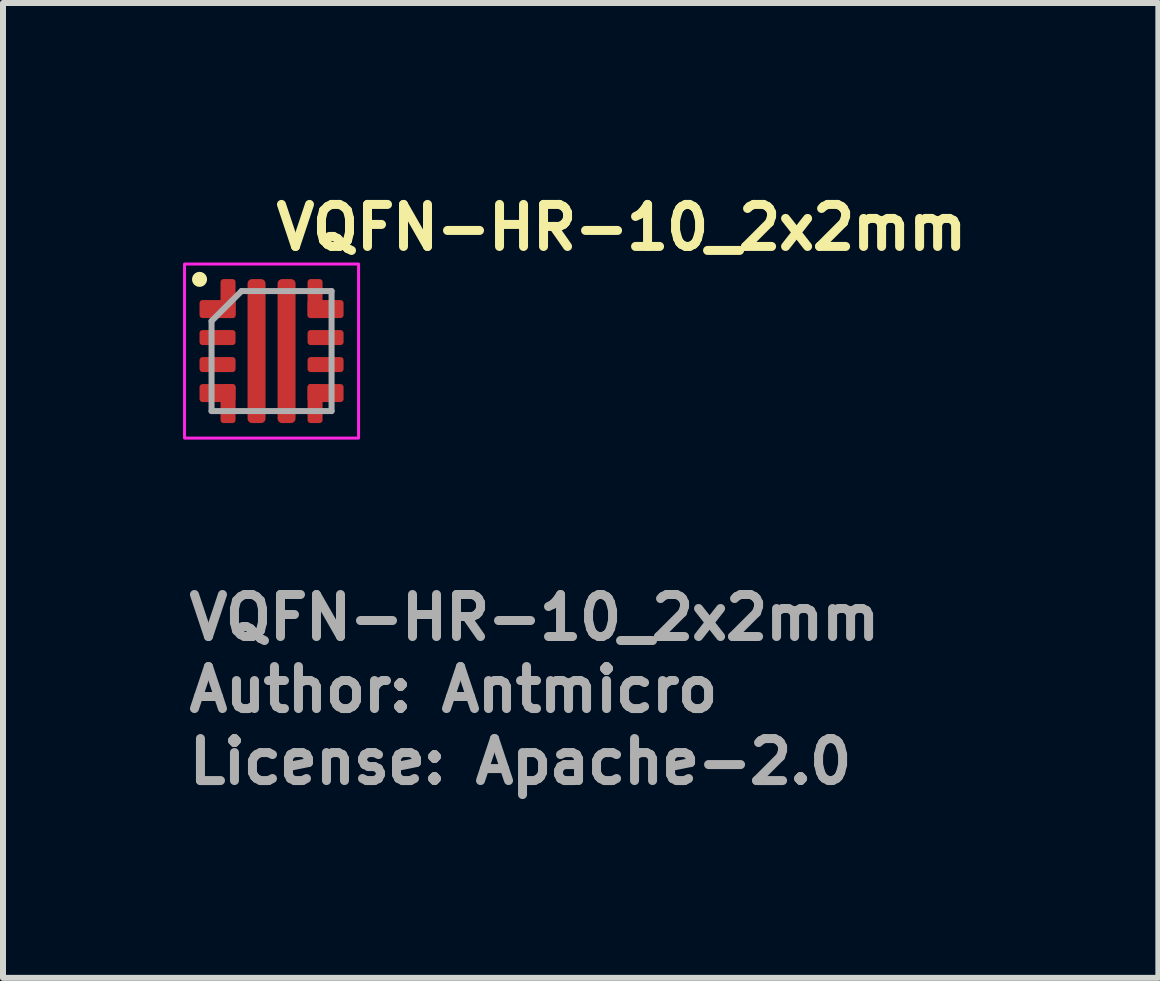
<source format=kicad_pcb>
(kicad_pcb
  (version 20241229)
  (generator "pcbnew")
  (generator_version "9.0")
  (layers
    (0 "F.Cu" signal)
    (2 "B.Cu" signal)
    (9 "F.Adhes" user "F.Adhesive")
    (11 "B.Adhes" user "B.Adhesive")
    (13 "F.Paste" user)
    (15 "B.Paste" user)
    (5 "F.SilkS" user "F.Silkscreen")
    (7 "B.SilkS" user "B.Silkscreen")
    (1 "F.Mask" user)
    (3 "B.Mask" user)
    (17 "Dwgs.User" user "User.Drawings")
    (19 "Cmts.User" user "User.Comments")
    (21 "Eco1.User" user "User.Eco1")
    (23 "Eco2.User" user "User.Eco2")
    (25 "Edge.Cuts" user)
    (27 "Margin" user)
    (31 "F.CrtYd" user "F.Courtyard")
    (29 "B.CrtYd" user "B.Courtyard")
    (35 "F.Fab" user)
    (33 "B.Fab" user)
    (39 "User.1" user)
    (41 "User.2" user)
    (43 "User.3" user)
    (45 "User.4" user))
  (footprint "VQFN-HR-10_2x2mm"
    (layer "F.Cu")
    (at 1.475 2.8)
    (property "Reference" "VQFN-HR-10_2x2mm" (at 0 -1.65 0) (layer "F.SilkS") (effects (font (size 0.7 0.7) (thickness 0.15)) (justify left bottom)))
    (attr smd)
    (fp_circle (center -1.2 -1.195) (end -1.15 -1.195) (stroke (width 0.15) (type solid)) (fill yes) (layer "F.SilkS"))
    (fp_rect (start -1.45 -1.45) (end 1.45 1.45) (stroke (width 0.05) (type default)) (fill no) (layer "F.CrtYd"))
    (fp_line (start -1 1) (end -1 -0.5) (stroke (width 0.1) (type default)) (layer "F.Fab"))
    (fp_line (start -0.5 -1) (end -1 -0.5) (stroke (width 0.1) (type default)) (layer "F.Fab"))
    (fp_line (start -0.5 -1) (end 1 -1) (stroke (width 0.1) (type default)) (layer "F.Fab"))
    (fp_line (start 1 -1) (end 1 1) (stroke (width 0.1) (type default)) (layer "F.Fab"))
    (fp_line (start 1 1) (end -1 1) (stroke (width 0.1) (type default)) (layer "F.Fab"))
    (fp_line (start -1.05 -1.05) (end -1.05 1.05) (stroke (width 0.01) (type solid)) (layer "User.9"))
    (fp_line (start -1.05 1.05) (end 1.05 1.05) (stroke (width 0.01) (type solid)) (layer "User.9"))
    (fp_line (start -0.95 -0.75) (end -0.946 -0.789) (stroke (width 0.01) (type solid)) (layer "User.9"))
    (fp_line (start -0.95 -0.75) (end -0.946 -0.789) (stroke (width 0.01) (type solid)) (layer "User.9"))
    (fp_line (start -0.946 -0.789) (end -0.935 -0.827) (stroke (width 0.01) (type solid)) (layer "User.9"))
    (fp_line (start -0.946 -0.789) (end -0.935 -0.827) (stroke (width 0.01) (type solid)) (layer "User.9"))
    (fp_line (start -0.946 -0.711) (end -0.95 -0.75) (stroke (width 0.01) (type solid)) (layer "User.9"))
    (fp_line (start -0.946 -0.711) (end -0.95 -0.75) (stroke (width 0.01) (type solid)) (layer "User.9"))
    (fp_line (start -0.935 -0.827) (end -0.916 -0.86) (stroke (width 0.01) (type solid)) (layer "User.9"))
    (fp_line (start -0.935 -0.827) (end -0.916 -0.86) (stroke (width 0.01) (type solid)) (layer "User.9"))
    (fp_line (start -0.935 -0.673) (end -0.946 -0.711) (stroke (width 0.01) (type solid)) (layer "User.9"))
    (fp_line (start -0.935 -0.673) (end -0.946 -0.711) (stroke (width 0.01) (type solid)) (layer "User.9"))
    (fp_line (start -0.916 -0.86) (end -0.891 -0.89) (stroke (width 0.01) (type solid)) (layer "User.9"))
    (fp_line (start -0.916 -0.86) (end -0.891 -0.89) (stroke (width 0.01) (type solid)) (layer "User.9"))
    (fp_line (start -0.916 -0.639) (end -0.935 -0.673) (stroke (width 0.01) (type solid)) (layer "User.9"))
    (fp_line (start -0.916 -0.639) (end -0.935 -0.673) (stroke (width 0.01) (type solid)) (layer "User.9"))
    (fp_line (start -0.891 -0.89) (end -0.861 -0.915) (stroke (width 0.01) (type solid)) (layer "User.9"))
    (fp_line (start -0.891 -0.89) (end -0.861 -0.915) (stroke (width 0.01) (type solid)) (layer "User.9"))
    (fp_line (start -0.891 -0.609) (end -0.916 -0.639) (stroke (width 0.01) (type solid)) (layer "User.9"))
    (fp_line (start -0.891 -0.609) (end -0.916 -0.639) (stroke (width 0.01) (type solid)) (layer "User.9"))
    (fp_line (start -0.861 -0.915) (end -0.827 -0.934) (stroke (width 0.01) (type solid)) (layer "User.9"))
    (fp_line (start -0.861 -0.915) (end -0.827 -0.934) (stroke (width 0.01) (type solid)) (layer "User.9"))
    (fp_line (start -0.861 -0.584) (end -0.891 -0.609) (stroke (width 0.01) (type solid)) (layer "User.9"))
    (fp_line (start -0.861 -0.584) (end -0.891 -0.609) (stroke (width 0.01) (type solid)) (layer "User.9"))
    (fp_line (start -0.827 -0.934) (end -0.789 -0.945) (stroke (width 0.01) (type solid)) (layer "User.9"))
    (fp_line (start -0.827 -0.934) (end -0.789 -0.945) (stroke (width 0.01) (type solid)) (layer "User.9"))
    (fp_line (start -0.827 -0.565) (end -0.861 -0.584) (stroke (width 0.01) (type solid)) (layer "User.9"))
    (fp_line (start -0.827 -0.565) (end -0.861 -0.584) (stroke (width 0.01) (type solid)) (layer "User.9"))
    (fp_line (start -0.789 -0.945) (end -0.75 -0.95) (stroke (width 0.01) (type solid)) (layer "User.9"))
    (fp_line (start -0.789 -0.945) (end -0.75 -0.95) (stroke (width 0.01) (type solid)) (layer "User.9"))
    (fp_line (start -0.789 -0.554) (end -0.827 -0.565) (stroke (width 0.01) (type solid)) (layer "User.9"))
    (fp_line (start -0.789 -0.554) (end -0.827 -0.565) (stroke (width 0.01) (type solid)) (layer "User.9"))
    (fp_line (start -0.75 -0.95) (end -0.711 -0.946) (stroke (width 0.01) (type solid)) (layer "User.9"))
    (fp_line (start -0.75 -0.95) (end -0.711 -0.946) (stroke (width 0.01) (type solid)) (layer "User.9"))
    (fp_line (start -0.75 -0.55) (end -0.789 -0.554) (stroke (width 0.01) (type solid)) (layer "User.9"))
    (fp_line (start -0.75 -0.55) (end -0.789 -0.554) (stroke (width 0.01) (type solid)) (layer "User.9"))
    (fp_line (start -0.711 -0.946) (end -0.673 -0.935) (stroke (width 0.01) (type solid)) (layer "User.9"))
    (fp_line (start -0.711 -0.946) (end -0.673 -0.935) (stroke (width 0.01) (type solid)) (layer "User.9"))
    (fp_line (start -0.711 -0.554) (end -0.75 -0.55) (stroke (width 0.01) (type solid)) (layer "User.9"))
    (fp_line (start -0.711 -0.554) (end -0.75 -0.55) (stroke (width 0.01) (type solid)) (layer "User.9"))
    (fp_line (start -0.673 -0.935) (end -0.639 -0.916) (stroke (width 0.01) (type solid)) (layer "User.9"))
    (fp_line (start -0.673 -0.935) (end -0.639 -0.916) (stroke (width 0.01) (type solid)) (layer "User.9"))
    (fp_line (start -0.673 -0.565) (end -0.711 -0.554) (stroke (width 0.01) (type solid)) (layer "User.9"))
    (fp_line (start -0.673 -0.565) (end -0.711 -0.554) (stroke (width 0.01) (type solid)) (layer "User.9"))
    (fp_line (start -0.639 -0.916) (end -0.609 -0.891) (stroke (width 0.01) (type solid)) (layer "User.9"))
    (fp_line (start -0.639 -0.916) (end -0.609 -0.891) (stroke (width 0.01) (type solid)) (layer "User.9"))
    (fp_line (start -0.639 -0.584) (end -0.673 -0.565) (stroke (width 0.01) (type solid)) (layer "User.9"))
    (fp_line (start -0.639 -0.584) (end -0.673 -0.565) (stroke (width 0.01) (type solid)) (layer "User.9"))
    (fp_line (start -0.609 -0.891) (end -0.584 -0.861) (stroke (width 0.01) (type solid)) (layer "User.9"))
    (fp_line (start -0.609 -0.891) (end -0.584 -0.861) (stroke (width 0.01) (type solid)) (layer "User.9"))
    (fp_line (start -0.609 -0.609) (end -0.639 -0.584) (stroke (width 0.01) (type solid)) (layer "User.9"))
    (fp_line (start -0.609 -0.609) (end -0.639 -0.584) (stroke (width 0.01) (type solid)) (layer "User.9"))
    (fp_line (start -0.584 -0.861) (end -0.565 -0.827) (stroke (width 0.01) (type solid)) (layer "User.9"))
    (fp_line (start -0.584 -0.861) (end -0.565 -0.827) (stroke (width 0.01) (type solid)) (layer "User.9"))
    (fp_line (start -0.584 -0.639) (end -0.609 -0.609) (stroke (width 0.01) (type solid)) (layer "User.9"))
    (fp_line (start -0.584 -0.639) (end -0.609 -0.609) (stroke (width 0.01) (type solid)) (layer "User.9"))
    (fp_line (start -0.565 -0.827) (end -0.554 -0.789) (stroke (width 0.01) (type solid)) (layer "User.9"))
    (fp_line (start -0.565 -0.827) (end -0.554 -0.789) (stroke (width 0.01) (type solid)) (layer "User.9"))
    (fp_line (start -0.565 -0.673) (end -0.584 -0.639) (stroke (width 0.01) (type solid)) (layer "User.9"))
    (fp_line (start -0.565 -0.673) (end -0.584 -0.639) (stroke (width 0.01) (type solid)) (layer "User.9"))
    (fp_line (start -0.554 -0.789) (end -0.55 -0.75) (stroke (width 0.01) (type solid)) (layer "User.9"))
    (fp_line (start -0.554 -0.789) (end -0.55 -0.75) (stroke (width 0.01) (type solid)) (layer "User.9"))
    (fp_line (start -0.554 -0.711) (end -0.565 -0.673) (stroke (width 0.01) (type solid)) (layer "User.9"))
    (fp_line (start -0.554 -0.711) (end -0.565 -0.673) (stroke (width 0.01) (type solid)) (layer "User.9"))
    (fp_line (start -0.55 -0.75) (end -0.554 -0.711) (stroke (width 0.01) (type solid)) (layer "User.9"))
    (fp_line (start -0.55 -0.75) (end -0.554 -0.711) (stroke (width 0.01) (type solid)) (layer "User.9"))
    (fp_line (start 1.05 -1.05) (end -1.05 -1.05) (stroke (width 0.01) (type solid)) (layer "User.9"))
    (fp_line (start 1.05 1.05) (end 1.05 -1.05) (stroke (width 0.01) (type solid)) (layer "User.9"))
    (fp_text user "Author: Antmicro" (at -1.45 6.05 0) (layer "F.Fab") (effects (font (size 0.7 0.7) (thickness 0.15)) (justify left bottom)))
    (fp_text user "License: Apache-2.0" (at -1.45 7.25 0) (layer "F.Fab") (effects (font (size 0.7 0.7) (thickness 0.15)) (justify left bottom)))
    (fp_text user "${REFERENCE}" (at -1.45 4.85 0) (layer "F.Fab") (effects (font (size 0.7 0.7) (thickness 0.15)) (justify left bottom)))
    (pad "" smd roundrect (at -0.9 -0.688) (size 0.6 0.275) (layers "F.Paste") (roundrect_rratio 0.182))
    (pad "" smd roundrect (at -0.9 0.688) (size 0.6 0.275) (layers "F.Paste") (roundrect_rratio 0.182))
    (pad "" smd roundrect (at -0.713 -0.875) (size 0.225 0.65) (layers "F.Paste") (roundrect_rratio 0.222))
    (pad "" smd roundrect (at -0.713 0.875) (size 0.225 0.65) (layers "F.Paste") (roundrect_rratio 0.222))
    (pad "" smd roundrect (at -0.25 -0.63) (size 0.28 1.06) (layers "F.Paste") (roundrect_rratio 0.179))
    (pad "" smd roundrect (at -0.25 0.63) (size 0.28 1.06) (layers "F.Paste") (roundrect_rratio 0.179))
    (pad "" smd roundrect (at 0.25 -0.63) (size 0.28 1.06) (layers "F.Paste") (roundrect_rratio 0.179))
    (pad "" smd roundrect (at 0.25 0.63) (size 0.28 1.06) (layers "F.Paste") (roundrect_rratio 0.179))
    (pad "" smd roundrect (at 0.713 -0.875) (size 0.225 0.65) (layers "F.Paste") (roundrect_rratio 0.222))
    (pad "" smd roundrect (at 0.713 0.875) (size 0.225 0.65) (layers "F.Paste") (roundrect_rratio 0.222))
    (pad "" smd roundrect (at 0.9 -0.688) (size 0.6 0.275) (layers "F.Paste") (roundrect_rratio 0.182))
    (pad "" smd roundrect (at 0.9 0.688) (size 0.6 0.275) (layers "F.Paste") (roundrect_rratio 0.182))
    (pad "1" smd roundrect (at -0.9 -0.7) (size 0.6 0.3) (layers "F.Cu" "F.Mask") (roundrect_rratio 0.167))
    (pad "1" smd roundrect (at -0.725 -0.875 180) (size 0.25 0.65) (layers "F.Cu" "F.Mask") (roundrect_rratio 0.2))
    (pad "2" smd roundrect (at -0.9 -0.225) (size 0.6 0.25) (layers "F.Cu" "F.Mask" "F.Paste") (roundrect_rratio 0.2))
    (pad "3" smd roundrect (at -0.9 0.225) (size 0.6 0.25) (layers "F.Cu" "F.Mask" "F.Paste") (roundrect_rratio 0.2))
    (pad "4" smd roundrect (at -0.9 0.7) (size 0.6 0.3) (layers "F.Cu" "F.Mask") (roundrect_rratio 0.167))
    (pad "4" smd roundrect (at -0.725 0.875 180) (size 0.25 0.65) (layers "F.Cu" "F.Mask") (roundrect_rratio 0.2))
    (pad "5" smd roundrect (at -0.25 0) (size 0.3 2.4) (layers "F.Cu" "F.Mask") (roundrect_rratio 0.25))
    (pad "6" smd roundrect (at 0.25 0) (size 0.3 2.4) (layers "F.Cu" "F.Mask") (roundrect_rratio 0.25))
    (pad "7" smd roundrect (at 0.725 0.875 180) (size 0.25 0.65) (layers "F.Cu" "F.Mask") (roundrect_rratio 0.2))
    (pad "7" smd roundrect (at 0.9 0.7 180) (size 0.6 0.3) (layers "F.Cu" "F.Mask") (roundrect_rratio 0.167))
    (pad "8" smd roundrect (at 0.9 0.225 180) (size 0.6 0.25) (layers "F.Cu" "F.Mask" "F.Paste") (roundrect_rratio 0.2))
    (pad "9" smd roundrect (at 0.9 -0.225 180) (size 0.6 0.25) (layers "F.Cu" "F.Mask" "F.Paste") (roundrect_rratio 0.2))
    (pad "10" smd roundrect (at 0.725 -0.875 180) (size 0.25 0.65) (layers "F.Cu" "F.Mask") (roundrect_rratio 0.2))
    (pad "10" smd roundrect (at 0.9 -0.7 180) (size 0.6 0.3) (layers "F.Cu" "F.Mask") (roundrect_rratio 0.167)))
  (gr_rect
    (start -3 -3)
    (end 16.252 13.245)
    (stroke (width 0.1) (type default))
    (fill no)
    (layer "Edge.Cuts")))
</source>
